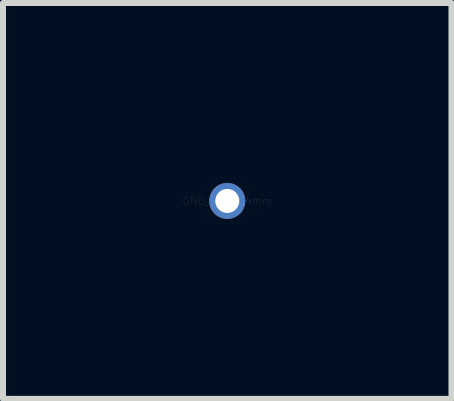
<source format=kicad_pcb>
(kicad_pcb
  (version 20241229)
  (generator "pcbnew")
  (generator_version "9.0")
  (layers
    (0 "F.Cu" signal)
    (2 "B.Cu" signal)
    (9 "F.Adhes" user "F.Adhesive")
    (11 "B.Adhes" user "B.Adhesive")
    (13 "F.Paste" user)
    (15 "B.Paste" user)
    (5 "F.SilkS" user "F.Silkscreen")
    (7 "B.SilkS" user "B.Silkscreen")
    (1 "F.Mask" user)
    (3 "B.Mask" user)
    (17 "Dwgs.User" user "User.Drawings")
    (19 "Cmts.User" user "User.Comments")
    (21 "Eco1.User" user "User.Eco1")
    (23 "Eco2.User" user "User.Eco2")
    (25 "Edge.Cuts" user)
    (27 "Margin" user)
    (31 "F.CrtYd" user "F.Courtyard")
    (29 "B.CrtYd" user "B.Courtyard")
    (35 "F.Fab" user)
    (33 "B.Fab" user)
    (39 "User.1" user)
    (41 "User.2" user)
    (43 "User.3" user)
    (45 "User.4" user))
  (footprint "GND_VIA_0.4mm"
    (layer "F.Cu")
    (at 0.739 0.3)
    (property "Reference" "GND_VIA_0.4mm" (at 0 0 0) (layer "F.SilkS") (effects (font (size 0.127 0.127) (thickness 0.001))))
    (attr through_hole)
    (pad "1" thru_hole circle (at 0 0) (size 0.6 0.6) (drill 0.4) (layers "*.Cu")))
  (gr_rect
    (start -3 -3)
    (end 4.477 3.6)
    (stroke (width 0.1) (type default))
    (fill no)
    (layer "Edge.Cuts")))
</source>
